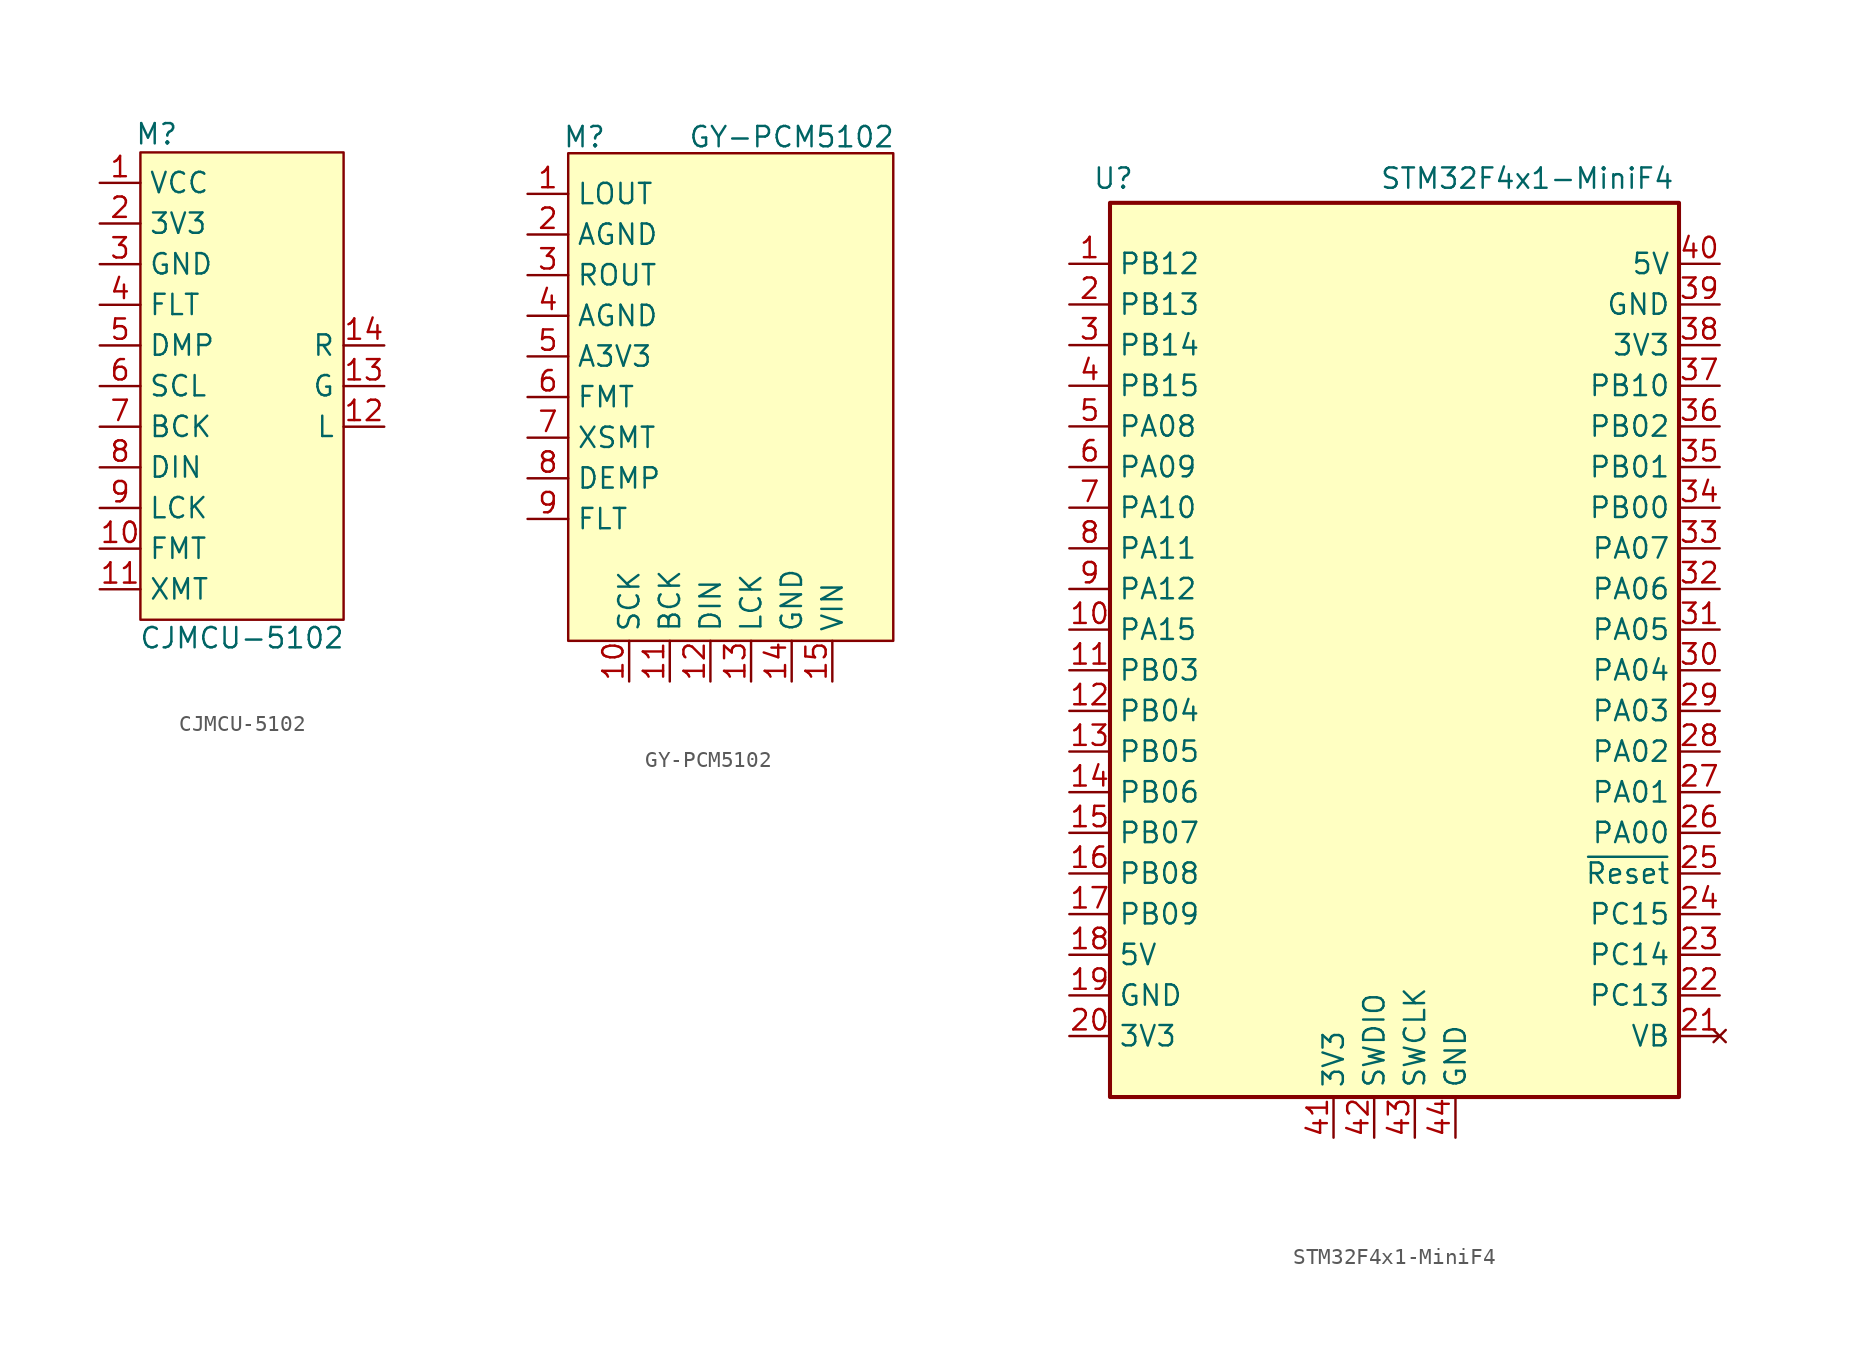
<source format=kicad_sym>
(kicad_symbol_lib
  (version 20231120)
  (generator "kicad_symbol_editor")
  (generator_version "8.0")
  (symbol "CJMCU-5102"
    (property "Reference" "M"
      (at -5.334 15.748 0)
      (effects (font (size 1.27 1.27))))
    (property "Value" "CJMCU-5102"
      (at 0 -15.748 0)
      (effects (font (size 1.27 1.27))))
    (symbol "CJMCU-5102_1_1"
      (rectangle (start -6.35 14.605) (end 6.35 -14.605) (stroke (width 0) (type default)) (fill (type background)))
      (pin power_in line (at -8.89 12.7 0) (length 2.54) (name "VCC" (effects (font (size 1.27 1.27)))) (number "1" (effects (font (size 1.27 1.27)))))
      (pin input line (at -8.89 -10.16 0) (length 2.54) (name "FMT" (effects (font (size 1.27 1.27)))) (number "10" (effects (font (size 1.27 1.27)))))
      (pin input line (at -8.89 -12.7 0) (length 2.54) (name "XMT" (effects (font (size 1.27 1.27)))) (number "11" (effects (font (size 1.27 1.27)))))
      (pin output line (at 8.89 -2.54 180) (length 2.54) (name "L" (effects (font (size 1.27 1.27)))) (number "12" (effects (font (size 1.27 1.27)))))
      (pin power_in line (at 8.89 0 180) (length 2.54) (name "G" (effects (font (size 1.27 1.27)))) (number "13" (effects (font (size 1.27 1.27)))))
      (pin output line (at 8.89 2.54 180) (length 2.54) (name "R" (effects (font (size 1.27 1.27)))) (number "14" (effects (font (size 1.27 1.27)))))
      (pin power_in line (at -8.89 10.16 0) (length 2.54) (name "3V3" (effects (font (size 1.27 1.27)))) (number "2" (effects (font (size 1.27 1.27)))))
      (pin power_in line (at -8.89 7.62 0) (length 2.54) (name "GND" (effects (font (size 1.27 1.27)))) (number "3" (effects (font (size 1.27 1.27)))))
      (pin input line (at -8.89 5.08 0) (length 2.54) (name "FLT" (effects (font (size 1.27 1.27)))) (number "4" (effects (font (size 1.27 1.27)))))
      (pin input line (at -8.89 2.54 0) (length 2.54) (name "DMP" (effects (font (size 1.27 1.27)))) (number "5" (effects (font (size 1.27 1.27)))))
      (pin input line (at -8.89 0 0) (length 2.54) (name "SCL" (effects (font (size 1.27 1.27)))) (number "6" (effects (font (size 1.27 1.27)))))
      (pin input line (at -8.89 -2.54 0) (length 2.54) (name "BCK" (effects (font (size 1.27 1.27)))) (number "7" (effects (font (size 1.27 1.27)))))
      (pin input line (at -8.89 -5.08 0) (length 2.54) (name "DIN" (effects (font (size 1.27 1.27)))) (number "8" (effects (font (size 1.27 1.27)))))
      (pin input line (at -8.89 -7.62 0) (length 2.54) (name "LCK" (effects (font (size 1.27 1.27)))) (number "9" (effects (font (size 1.27 1.27)))))))
  (symbol "GY-PCM5102"
    (property "Reference" "M"
      (at -9.144 16.256 0)
      (effects (font (size 1.27 1.27))))
    (property "Value" "GY-PCM5102"
      (at 3.81 16.256 0)
      (effects (font (size 1.27 1.27))))
    (symbol "GY-PCM5102_1_1"
      (rectangle (start -10.16 15.24) (end 10.16 -15.24) (stroke (width 0) (type default)) (fill (type background)))
      (pin output line (at -12.7 12.7 0) (length 2.54) (name "LOUT" (effects (font (size 1.27 1.27)))) (number "1" (effects (font (size 1.27 1.27)))))
      (pin input line (at -6.35 -17.78 90) (length 2.54) (name "SCK" (effects (font (size 1.27 1.27)))) (number "10" (effects (font (size 1.27 1.27)))))
      (pin input line (at -3.81 -17.78 90) (length 2.54) (name "BCK" (effects (font (size 1.27 1.27)))) (number "11" (effects (font (size 1.27 1.27)))))
      (pin input line (at -1.27 -17.78 90) (length 2.54) (name "DIN" (effects (font (size 1.27 1.27)))) (number "12" (effects (font (size 1.27 1.27)))))
      (pin input line (at 1.27 -17.78 90) (length 2.54) (name "LCK" (effects (font (size 1.27 1.27)))) (number "13" (effects (font (size 1.27 1.27)))))
      (pin power_in line (at 3.81 -17.78 90) (length 2.54) (name "GND" (effects (font (size 1.27 1.27)))) (number "14" (effects (font (size 1.27 1.27)))))
      (pin power_in line (at 6.35 -17.78 90) (length 2.54) (name "VIN" (effects (font (size 1.27 1.27)))) (number "15" (effects (font (size 1.27 1.27)))))
      (pin power_in line (at -12.7 10.16 0) (length 2.54) (name "AGND" (effects (font (size 1.27 1.27)))) (number "2" (effects (font (size 1.27 1.27)))))
      (pin output line (at -12.7 7.62 0) (length 2.54) (name "ROUT" (effects (font (size 1.27 1.27)))) (number "3" (effects (font (size 1.27 1.27)))))
      (pin power_in line (at -12.7 5.08 0) (length 2.54) (name "AGND" (effects (font (size 1.27 1.27)))) (number "4" (effects (font (size 1.27 1.27)))))
      (pin power_in line (at -12.7 2.54 0) (length 2.54) (name "A3V3" (effects (font (size 1.27 1.27)))) (number "5" (effects (font (size 1.27 1.27)))))
      (pin input line (at -12.7 0 0) (length 2.54) (name "FMT" (effects (font (size 1.27 1.27)))) (number "6" (effects (font (size 1.27 1.27)))))
      (pin input line (at -12.7 -2.54 0) (length 2.54) (name "XSMT" (effects (font (size 1.27 1.27)))) (number "7" (effects (font (size 1.27 1.27)))))
      (pin input line (at -12.7 -5.08 0) (length 2.54) (name "DEMP" (effects (font (size 1.27 1.27)))) (number "8" (effects (font (size 1.27 1.27)))))
      (pin input line (at -12.7 -7.62 0) (length 2.54) (name "FLT" (effects (font (size 1.27 1.27)))) (number "9" (effects (font (size 1.27 1.27)))))))
  (symbol "STM32F4x1-MiniF4"
    (property "Reference" "U"
      (at -16.256 29.464 0)
      (effects (font (size 1.27 1.27)) (justify right)))
    (property "Value" "STM32F4x1-MiniF4"
      (at 17.526 29.464 0)
      (effects (font (size 1.27 1.27)) (justify right)))
    (symbol "STM32F4x1-MiniF4_0_1"
      (rectangle (start -17.78 27.94) (end 17.78 -27.94) (stroke (width 0.254) (type default)) (fill (type background))))
    (symbol "STM32F4x1-MiniF4_1_1"
      (pin bidirectional line (at -20.32 24.13 0) (length 2.54) (name "PB12" (effects (font (size 1.27 1.27)))) (number "1" (effects (font (size 1.27 1.27)))))
      (pin bidirectional line (at -20.32 1.27 0) (length 2.54) (name "PA15" (effects (font (size 1.27 1.27)))) (number "10" (effects (font (size 1.27 1.27)))))
      (pin bidirectional line (at -20.32 -1.27 0) (length 2.54) (name "PB03" (effects (font (size 1.27 1.27)))) (number "11" (effects (font (size 1.27 1.27)))))
      (pin bidirectional line (at -20.32 -3.81 0) (length 2.54) (name "PB04" (effects (font (size 1.27 1.27)))) (number "12" (effects (font (size 1.27 1.27)))))
      (pin bidirectional line (at -20.32 -6.35 0) (length 2.54) (name "PB05" (effects (font (size 1.27 1.27)))) (number "13" (effects (font (size 1.27 1.27)))))
      (pin bidirectional line (at -20.32 -8.89 0) (length 2.54) (name "PB06" (effects (font (size 1.27 1.27)))) (number "14" (effects (font (size 1.27 1.27)))))
      (pin bidirectional line (at -20.32 -11.43 0) (length 2.54) (name "PB07" (effects (font (size 1.27 1.27)))) (number "15" (effects (font (size 1.27 1.27)))))
      (pin bidirectional line (at -20.32 -13.97 0) (length 2.54) (name "PB08" (effects (font (size 1.27 1.27)))) (number "16" (effects (font (size 1.27 1.27)))))
      (pin bidirectional line (at -20.32 -16.51 0) (length 2.54) (name "PB09" (effects (font (size 1.27 1.27)))) (number "17" (effects (font (size 1.27 1.27)))))
      (pin power_in line (at -20.32 -19.05 0) (length 2.54) (name "5V" (effects (font (size 1.27 1.27)))) (number "18" (effects (font (size 1.27 1.27)))))
      (pin power_in line (at -20.32 -21.59 0) (length 2.54) (name "GND" (effects (font (size 1.27 1.27)))) (number "19" (effects (font (size 1.27 1.27)))))
      (pin bidirectional line (at -20.32 21.59 0) (length 2.54) (name "PB13" (effects (font (size 1.27 1.27)))) (number "2" (effects (font (size 1.27 1.27)))))
      (pin power_in line (at -20.32 -24.13 0) (length 2.54) (name "3V3" (effects (font (size 1.27 1.27)))) (number "20" (effects (font (size 1.27 1.27)))))
      (pin no_connect line (at 20.32 -24.13 180) (length 2.54) (name "VB" (effects (font (size 1.27 1.27)))) (number "21" (effects (font (size 1.27 1.27)))))
      (pin bidirectional line (at 20.32 -21.59 180) (length 2.54) (name "PC13" (effects (font (size 1.27 1.27)))) (number "22" (effects (font (size 1.27 1.27)))))
      (pin bidirectional line (at 20.32 -19.05 180) (length 2.54) (name "PC14" (effects (font (size 1.27 1.27)))) (number "23" (effects (font (size 1.27 1.27)))))
      (pin bidirectional line (at 20.32 -16.51 180) (length 2.54) (name "PC15" (effects (font (size 1.27 1.27)))) (number "24" (effects (font (size 1.27 1.27)))))
      (pin bidirectional line (at 20.32 -13.97 180) (length 2.54) (name "~{Reset}" (effects (font (size 1.27 1.27)))) (number "25" (effects (font (size 1.27 1.27)))))
      (pin bidirectional line (at 20.32 -11.43 180) (length 2.54) (name "PA00" (effects (font (size 1.27 1.27)))) (number "26" (effects (font (size 1.27 1.27)))))
      (pin bidirectional line (at 20.32 -8.89 180) (length 2.54) (name "PA01" (effects (font (size 1.27 1.27)))) (number "27" (effects (font (size 1.27 1.27)))))
      (pin bidirectional line (at 20.32 -6.35 180) (length 2.54) (name "PA02" (effects (font (size 1.27 1.27)))) (number "28" (effects (font (size 1.27 1.27)))))
      (pin bidirectional line (at 20.32 -3.81 180) (length 2.54) (name "PA03" (effects (font (size 1.27 1.27)))) (number "29" (effects (font (size 1.27 1.27)))))
      (pin bidirectional line (at -20.32 19.05 0) (length 2.54) (name "PB14" (effects (font (size 1.27 1.27)))) (number "3" (effects (font (size 1.27 1.27)))))
      (pin bidirectional line (at 20.32 -1.27 180) (length 2.54) (name "PA04" (effects (font (size 1.27 1.27)))) (number "30" (effects (font (size 1.27 1.27)))))
      (pin bidirectional line (at 20.32 1.27 180) (length 2.54) (name "PA05" (effects (font (size 1.27 1.27)))) (number "31" (effects (font (size 1.27 1.27)))))
      (pin bidirectional line (at 20.32 3.81 180) (length 2.54) (name "PA06" (effects (font (size 1.27 1.27)))) (number "32" (effects (font (size 1.27 1.27)))))
      (pin bidirectional line (at 20.32 6.35 180) (length 2.54) (name "PA07" (effects (font (size 1.27 1.27)))) (number "33" (effects (font (size 1.27 1.27)))))
      (pin bidirectional line (at 20.32 8.89 180) (length 2.54) (name "PB00" (effects (font (size 1.27 1.27)))) (number "34" (effects (font (size 1.27 1.27)))))
      (pin bidirectional line (at 20.32 11.43 180) (length 2.54) (name "PB01" (effects (font (size 1.27 1.27)))) (number "35" (effects (font (size 1.27 1.27)))))
      (pin bidirectional line (at 20.32 13.97 180) (length 2.54) (name "PB02" (effects (font (size 1.27 1.27)))) (number "36" (effects (font (size 1.27 1.27)))))
      (pin bidirectional line (at 20.32 16.51 180) (length 2.54) (name "PB10" (effects (font (size 1.27 1.27)))) (number "37" (effects (font (size 1.27 1.27)))))
      (pin power_in line (at 20.32 19.05 180) (length 2.54) (name "3V3" (effects (font (size 1.27 1.27)))) (number "38" (effects (font (size 1.27 1.27)))))
      (pin power_in line (at 20.32 21.59 180) (length 2.54) (name "GND" (effects (font (size 1.27 1.27)))) (number "39" (effects (font (size 1.27 1.27)))))
      (pin bidirectional line (at -20.32 16.51 0) (length 2.54) (name "PB15" (effects (font (size 1.27 1.27)))) (number "4" (effects (font (size 1.27 1.27)))))
      (pin power_in line (at 20.32 24.13 180) (length 2.54) (name "5V" (effects (font (size 1.27 1.27)))) (number "40" (effects (font (size 1.27 1.27)))))
      (pin power_in line (at -3.81 -30.48 90) (length 2.54) (name "3V3" (effects (font (size 1.27 1.27)))) (number "41" (effects (font (size 1.27 1.27)))))
      (pin bidirectional line (at -1.27 -30.48 90) (length 2.54) (name "SWDIO" (effects (font (size 1.27 1.27)))) (number "42" (effects (font (size 1.27 1.27)))))
      (pin bidirectional line (at 1.27 -30.48 90) (length 2.54) (name "SWCLK" (effects (font (size 1.27 1.27)))) (number "43" (effects (font (size 1.27 1.27)))))
      (pin power_in line (at 3.81 -30.48 90) (length 2.54) (name "GND" (effects (font (size 1.27 1.27)))) (number "44" (effects (font (size 1.27 1.27)))))
      (pin bidirectional line (at -20.32 13.97 0) (length 2.54) (name "PA08" (effects (font (size 1.27 1.27)))) (number "5" (effects (font (size 1.27 1.27)))))
      (pin bidirectional line (at -20.32 11.43 0) (length 2.54) (name "PA09" (effects (font (size 1.27 1.27)))) (number "6" (effects (font (size 1.27 1.27)))))
      (pin bidirectional line (at -20.32 8.89 0) (length 2.54) (name "PA10" (effects (font (size 1.27 1.27)))) (number "7" (effects (font (size 1.27 1.27)))))
      (pin bidirectional line (at -20.32 6.35 0) (length 2.54) (name "PA11" (effects (font (size 1.27 1.27)))) (number "8" (effects (font (size 1.27 1.27)))))
      (pin bidirectional line (at -20.32 3.81 0) (length 2.54) (name "PA12" (effects (font (size 1.27 1.27)))) (number "9" (effects (font (size 1.27 1.27))))))))
</source>
